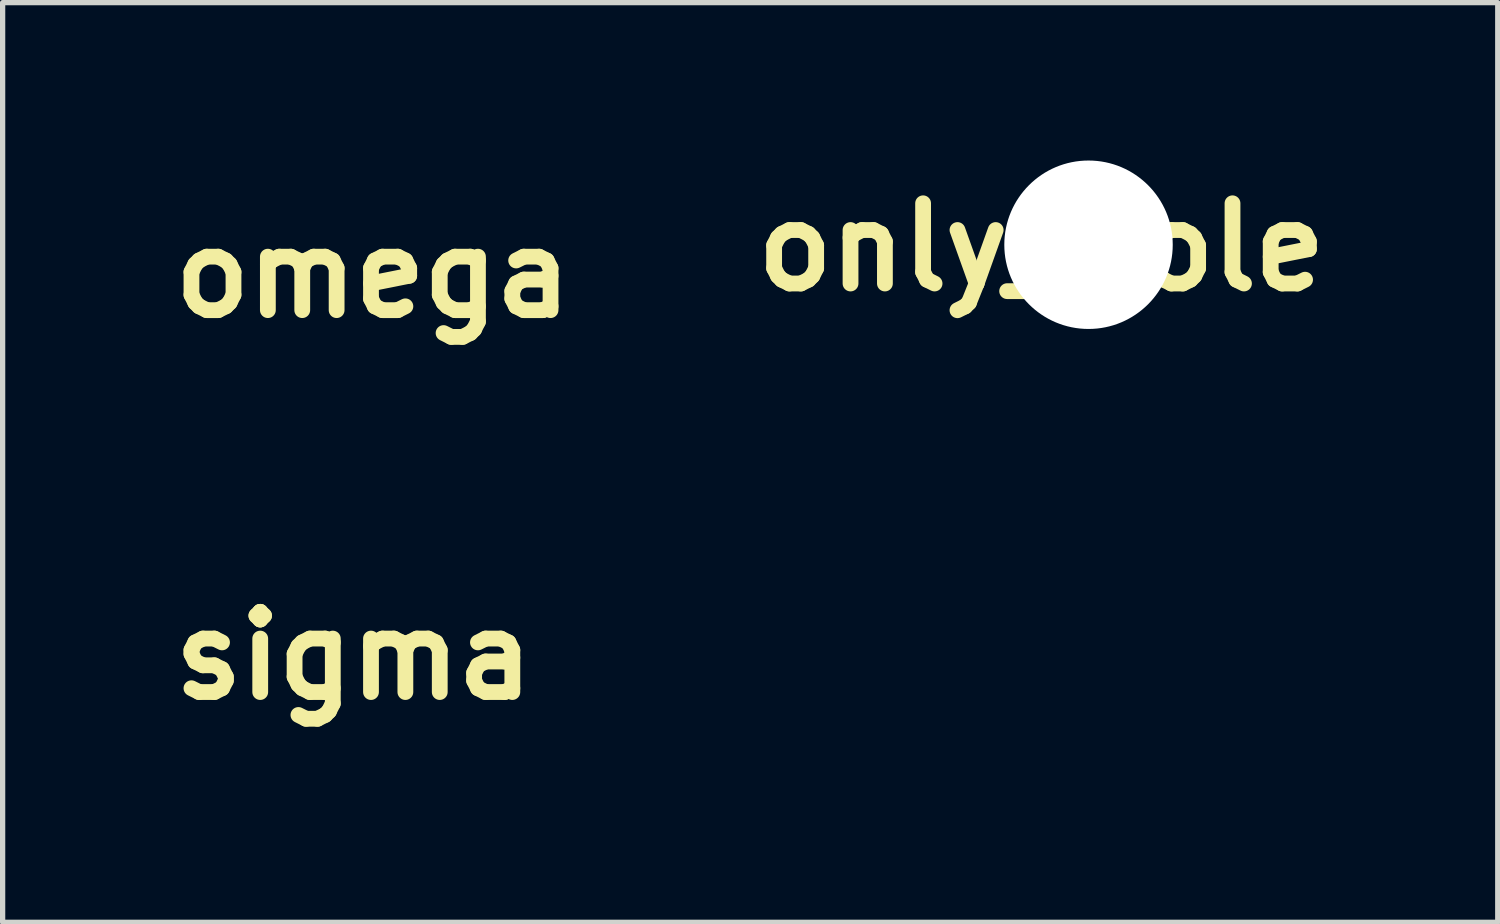
<source format=kicad_pcb>
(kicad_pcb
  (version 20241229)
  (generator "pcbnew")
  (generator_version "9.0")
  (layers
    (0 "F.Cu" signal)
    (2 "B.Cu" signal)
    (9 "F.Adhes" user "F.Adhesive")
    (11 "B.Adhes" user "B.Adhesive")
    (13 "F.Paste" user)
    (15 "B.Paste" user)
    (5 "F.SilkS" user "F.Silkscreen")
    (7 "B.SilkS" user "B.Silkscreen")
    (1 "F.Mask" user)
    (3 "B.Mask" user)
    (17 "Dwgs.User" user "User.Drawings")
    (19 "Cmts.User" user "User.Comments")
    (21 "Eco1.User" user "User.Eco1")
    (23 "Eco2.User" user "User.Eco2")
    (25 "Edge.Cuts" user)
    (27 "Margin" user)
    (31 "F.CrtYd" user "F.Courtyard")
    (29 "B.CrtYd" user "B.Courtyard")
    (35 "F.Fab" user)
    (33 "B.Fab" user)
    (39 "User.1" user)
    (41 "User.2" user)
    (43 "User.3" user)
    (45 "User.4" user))
  (footprint "sigma"
    (layer "F.Cu")
    (at 3.672 9.409)
    (property "Reference" "sigma" (at 0 0 0) (layer "F.SilkS") (effects (font (size 1.524 1.524) (thickness 0.3))))
    (attr through_hole)
    (fp_poly (pts (xy 1.363 -1.973) (xy 1.432 -1.877) (xy 1.451 -1.78) (xy 1.419 -1.681) (xy 1.375 -1.621) (xy 1.301 -1.538) (xy 0.332 -1.526) (xy -0.637 -1.513) (xy 0.146 -0.928) (xy 0.323 -0.795) (xy 0.491 -0.668) (xy 0.642 -0.553) (xy 0.774 -0.451) (xy 0.88 -0.368) (xy 0.955 -0.308) (xy 0.996 -0.273) (xy 0.998 -0.271) (xy 1.056 -0.177) (xy 1.068 -0.073) (xy 1.035 0.029) (xy 1.007 0.068) (xy 0.975 0.1) (xy 0.91 0.163) (xy 0.815 0.251) (xy 0.696 0.36) (xy 0.556 0.487) (xy 0.401 0.628) (xy 0.235 0.778) (xy 0.181 0.826) (xy -0.583 1.513) (xy 0.384 1.526) (xy 1.352 1.538) (xy 1.426 1.621) (xy 1.487 1.721) (xy 1.497 1.828) (xy 1.464 1.929) (xy 1.448 1.957) (xy 1.431 1.981) (xy 1.407 2.001) (xy 1.374 2.017) (xy 1.325 2.03) (xy 1.258 2.04) (xy 1.169 2.047) (xy 1.052 2.053) (xy 0.904 2.056) (xy 0.721 2.058) (xy 0.498 2.059) (xy 0.232 2.059) (xy 0.009 2.059) (xy -1.276 2.059) (xy -1.363 1.973) (xy -1.416 1.913) (xy -1.441 1.857) (xy -1.449 1.781) (xy -1.449 1.755) (xy -1.444 1.669) (xy -1.431 1.598) (xy -1.422 1.574) (xy -1.399 1.547) (xy -1.341 1.49) (xy -1.252 1.406) (xy -1.138 1.299) (xy -1.001 1.173) (xy -0.845 1.031) (xy -0.675 0.876) (xy -0.507 0.725) (xy 0.381 -0.074) (xy 0.07 -0.313) (xy -0.036 -0.393) (xy -0.173 -0.497) (xy -0.332 -0.618) (xy -0.505 -0.748) (xy -0.682 -0.881) (xy -0.841 -1) (xy -1.005 -1.125) (xy -1.152 -1.239) (xy -1.277 -1.338) (xy -1.374 -1.42) (xy -1.44 -1.479) (xy -1.47 -1.513) (xy -1.471 -1.514) (xy -1.491 -1.594) (xy -1.499 -1.699) (xy -1.494 -1.809) (xy -1.478 -1.899) (xy -1.47 -1.92) (xy -1.455 -1.95) (xy -1.439 -1.976) (xy -1.417 -1.997) (xy -1.385 -2.014) (xy -1.339 -2.028) (xy -1.275 -2.038) (xy -1.188 -2.046) (xy -1.074 -2.052) (xy -0.93 -2.056) (xy -0.75 -2.058) (xy -0.532 -2.059) (xy -0.27 -2.059) (xy -0.011 -2.059) (xy 1.276 -2.059) (xy 1.363 -1.973)) (stroke (width 0.01) (type solid)) (fill yes) (layer "F.Mask")))
  (footprint "only_hole"
    (layer "F.Cu")
    (at 17.631 1.6)
    (property "Reference" "only_hole" (at -0.893 0.047 0) (layer "F.SilkS") (effects (font (size 1.524 1.524) (thickness 0.3))))
    (attr through_hole)
    (pad "" np_thru_hole circle (at 0 0) (size 3.2 3.2) (drill 3.2) (layers "*.Cu" "*.Mask")))
  (footprint "omega"
    (layer "F.Cu")
    (at 4.035 2.153)
    (property "Reference" "omega" (at 0 0 0) (layer "F.SilkS") (effects (font (size 1.524 1.524) (thickness 0.3))))
    (attr through_hole)
    (fp_poly (pts (xy 0.211 -2.145) (xy 0.384 -2.135) (xy 0.533 -2.114) (xy 0.669 -2.081) (xy 0.807 -2.033) (xy 0.958 -1.966) (xy 1.017 -1.938) (xy 1.265 -1.79) (xy 1.484 -1.602) (xy 1.671 -1.38) (xy 1.822 -1.127) (xy 1.934 -0.85) (xy 1.984 -0.658) (xy 2.026 -0.354) (xy 2.026 -0.058) (xy 1.985 0.222) (xy 1.902 0.479) (xy 1.893 0.5) (xy 1.774 0.719) (xy 1.614 0.936) (xy 1.419 1.144) (xy 1.2 1.333) (xy 1.035 1.449) (xy 0.943 1.511) (xy 0.87 1.565) (xy 0.825 1.606) (xy 0.815 1.621) (xy 0.827 1.634) (xy 0.868 1.643) (xy 0.944 1.649) (xy 1.061 1.652) (xy 1.21 1.653) (xy 1.607 1.653) (xy 1.693 1.739) (xy 1.752 1.809) (xy 1.777 1.877) (xy 1.78 1.92) (xy 1.769 1.994) (xy 1.73 2.06) (xy 1.693 2.1) (xy 1.607 2.187) (xy 1.039 2.186) (xy 0.837 2.186) (xy 0.68 2.183) (xy 0.561 2.177) (xy 0.473 2.166) (xy 0.41 2.15) (xy 0.366 2.126) (xy 0.334 2.094) (xy 0.307 2.051) (xy 0.297 2.034) (xy 0.277 1.985) (xy 0.264 1.928) (xy 0.258 1.85) (xy 0.257 1.739) (xy 0.259 1.648) (xy 0.263 1.519) (xy 0.272 1.422) (xy 0.292 1.349) (xy 0.329 1.289) (xy 0.39 1.232) (xy 0.48 1.169) (xy 0.607 1.09) (xy 0.62 1.082) (xy 0.88 0.902) (xy 1.096 0.71) (xy 1.267 0.51) (xy 1.39 0.303) (xy 1.436 0.191) (xy 1.483 -0.015) (xy 1.494 -0.242) (xy 1.471 -0.477) (xy 1.416 -0.708) (xy 1.343 -0.89) (xy 1.247 -1.046) (xy 1.118 -1.2) (xy 0.97 -1.338) (xy 0.815 -1.445) (xy 0.756 -1.475) (xy 0.566 -1.551) (xy 0.371 -1.598) (xy 0.156 -1.62) (xy -0.089 -1.619) (xy -0.317 -1.601) (xy -0.509 -1.566) (xy -0.677 -1.511) (xy -0.832 -1.432) (xy -0.879 -1.403) (xy -1.078 -1.245) (xy -1.242 -1.054) (xy -1.367 -0.835) (xy -1.451 -0.593) (xy -1.492 -0.335) (xy -1.493 -0.14) (xy -1.458 0.094) (xy -1.383 0.312) (xy -1.266 0.515) (xy -1.104 0.708) (xy -0.895 0.892) (xy -0.637 1.071) (xy -0.618 1.083) (xy -0.488 1.164) (xy -0.395 1.228) (xy -0.332 1.285) (xy -0.294 1.344) (xy -0.273 1.416) (xy -0.263 1.511) (xy -0.259 1.637) (xy -0.258 1.644) (xy -0.257 1.804) (xy -0.264 1.923) (xy -0.283 2.01) (xy -0.315 2.074) (xy -0.362 2.126) (xy -0.376 2.137) (xy -0.399 2.153) (xy -0.428 2.165) (xy -0.47 2.174) (xy -0.531 2.18) (xy -0.618 2.184) (xy -0.738 2.186) (xy -0.897 2.186) (xy -1.02 2.187) (xy -1.601 2.187) (xy -1.684 2.112) (xy -1.738 2.055) (xy -1.762 1.997) (xy -1.767 1.922) (xy -1.759 1.836) (xy -1.729 1.773) (xy -1.697 1.736) (xy -1.626 1.665) (xy -1.207 1.657) (xy -1.068 1.653) (xy -0.948 1.648) (xy -0.856 1.641) (xy -0.801 1.634) (xy -0.788 1.629) (xy -0.808 1.607) (xy -0.861 1.567) (xy -0.936 1.518) (xy -0.943 1.514) (xy -1.235 1.309) (xy -1.486 1.082) (xy -1.694 0.835) (xy -1.857 0.571) (xy -1.952 0.352) (xy -1.979 0.272) (xy -1.997 0.201) (xy -2.009 0.125) (xy -2.015 0.033) (xy -2.018 -0.088) (xy -2.019 -0.203) (xy -2.016 -0.403) (xy -2.004 -0.567) (xy -1.979 -0.71) (xy -1.94 -0.849) (xy -1.881 -0.997) (xy -1.813 -1.143) (xy -1.753 -1.261) (xy -1.694 -1.357) (xy -1.626 -1.446) (xy -1.536 -1.544) (xy -1.478 -1.602) (xy -1.367 -1.708) (xy -1.273 -1.787) (xy -1.18 -1.851) (xy -1.071 -1.911) (xy -1.017 -1.938) (xy -0.858 -2.012) (xy -0.717 -2.066) (xy -0.581 -2.104) (xy -0.438 -2.129) (xy -0.275 -2.143) (xy -0.079 -2.148) (xy 0 -2.148) (xy 0.211 -2.145)) (stroke (width 0.01) (type solid)) (fill yes) (layer "F.Mask")))
  (gr_rect
    (start -3 -3)
    (end 25.406 14.473)
    (stroke (width 0.1) (type default))
    (fill no)
    (layer "Edge.Cuts")))
</source>
